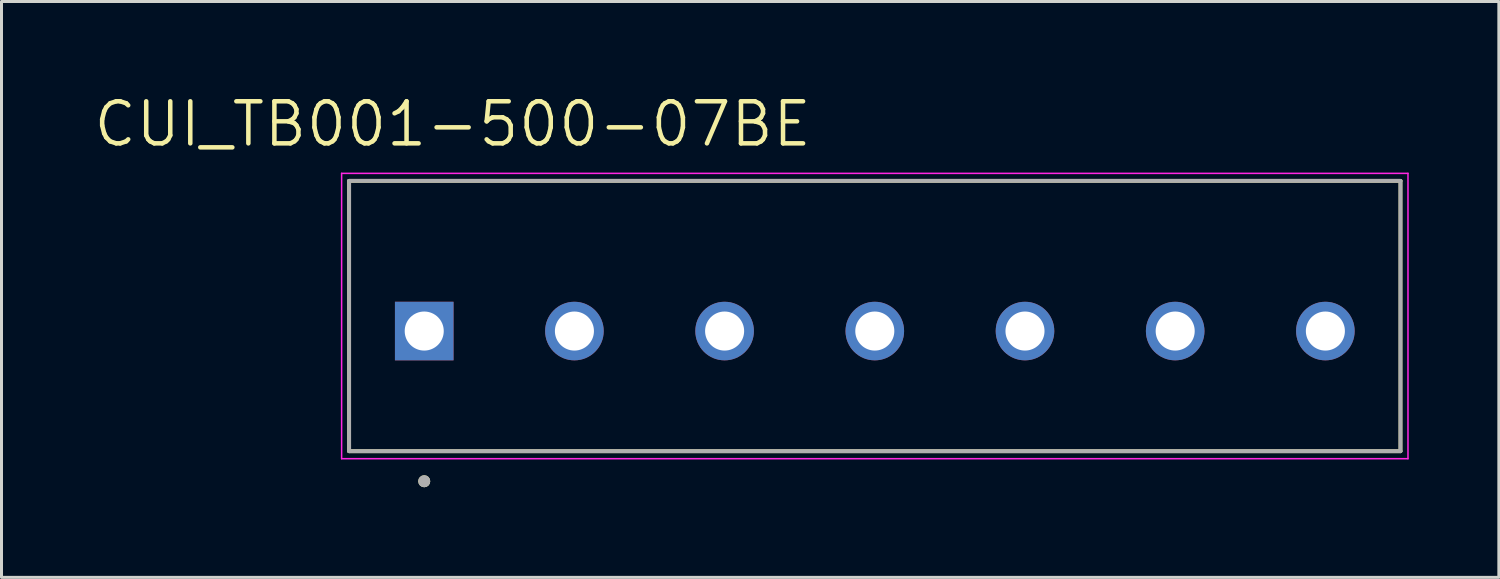
<source format=kicad_pcb>
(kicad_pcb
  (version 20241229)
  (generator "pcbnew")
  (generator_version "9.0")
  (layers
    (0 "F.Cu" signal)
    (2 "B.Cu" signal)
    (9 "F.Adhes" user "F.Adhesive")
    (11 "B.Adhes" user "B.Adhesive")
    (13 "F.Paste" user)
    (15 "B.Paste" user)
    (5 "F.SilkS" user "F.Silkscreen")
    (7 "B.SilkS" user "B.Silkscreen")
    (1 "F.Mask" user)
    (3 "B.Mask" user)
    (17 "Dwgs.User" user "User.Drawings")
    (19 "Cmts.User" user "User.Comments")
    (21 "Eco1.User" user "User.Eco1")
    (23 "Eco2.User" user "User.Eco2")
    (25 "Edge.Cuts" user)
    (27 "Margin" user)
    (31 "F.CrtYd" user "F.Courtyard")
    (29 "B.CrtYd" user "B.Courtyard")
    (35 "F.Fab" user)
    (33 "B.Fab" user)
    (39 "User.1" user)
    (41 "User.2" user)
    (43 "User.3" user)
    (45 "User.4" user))
  (footprint "CUI_TB001-500-07BE"
    (layer "F.Cu")
    (at 11.073 7.971)
    (property "Reference" "CUI_TB001-500-07BE" (at 0.945 -6.889 0) (layer "F.SilkS") (effects (font (size 1.4 1.4) (thickness 0.15))))
    (attr through_hole)
    (fp_line (start -2.5 -5) (end 32.5 -5) (stroke (width 0.127) (type solid)) (layer "F.SilkS"))
    (fp_line (start -2.5 4) (end -2.5 -5) (stroke (width 0.127) (type solid)) (layer "F.SilkS"))
    (fp_line (start 32.5 -5) (end 32.5 4) (stroke (width 0.127) (type solid)) (layer "F.SilkS"))
    (fp_line (start 32.5 4) (end -2.5 4) (stroke (width 0.127) (type solid)) (layer "F.SilkS"))
    (fp_circle (center 0 5) (end 0.1 5) (stroke (width 0.2) (type solid)) (fill no) (layer "F.SilkS"))
    (fp_line (start -2.75 -5.25) (end 32.75 -5.25) (stroke (width 0.05) (type solid)) (layer "F.CrtYd"))
    (fp_line (start -2.75 4.25) (end -2.75 -5.25) (stroke (width 0.05) (type solid)) (layer "F.CrtYd"))
    (fp_line (start 32.75 -5.25) (end 32.75 4.25) (stroke (width 0.05) (type solid)) (layer "F.CrtYd"))
    (fp_line (start 32.75 4.25) (end -2.75 4.25) (stroke (width 0.05) (type solid)) (layer "F.CrtYd"))
    (fp_line (start -2.5 -5) (end 32.5 -5) (stroke (width 0.127) (type solid)) (layer "F.Fab"))
    (fp_line (start -2.5 4) (end -2.5 -5) (stroke (width 0.127) (type solid)) (layer "F.Fab"))
    (fp_line (start 32.5 -5) (end 32.5 4) (stroke (width 0.127) (type solid)) (layer "F.Fab"))
    (fp_line (start 32.5 4) (end -2.5 4) (stroke (width 0.127) (type solid)) (layer "F.Fab"))
    (fp_circle (center 0 5) (end 0.1 5) (stroke (width 0.2) (type solid)) (fill no) (layer "F.Fab"))
    (pad "1" thru_hole rect (at 0 0) (size 1.95 1.95) (drill 1.3) (layers "*.Cu" "*.Mask"))
    (pad "2" thru_hole circle (at 5 0) (size 1.95 1.95) (drill 1.3) (layers "*.Cu" "*.Mask"))
    (pad "3" thru_hole circle (at 10 0) (size 1.95 1.95) (drill 1.3) (layers "*.Cu" "*.Mask"))
    (pad "4" thru_hole circle (at 15 0) (size 1.95 1.95) (drill 1.3) (layers "*.Cu" "*.Mask"))
    (pad "5" thru_hole circle (at 20 0) (size 1.95 1.95) (drill 1.3) (layers "*.Cu" "*.Mask"))
    (pad "6" thru_hole circle (at 25 0) (size 1.95 1.95) (drill 1.3) (layers "*.Cu" "*.Mask"))
    (pad "7" thru_hole circle (at 30 0) (size 1.95 1.95) (drill 1.3) (layers "*.Cu" "*.Mask")))
  (gr_rect
    (start -3 -3)
    (end 46.848 16.171)
    (stroke (width 0.1) (type default))
    (fill no)
    (layer "Edge.Cuts")))
</source>
